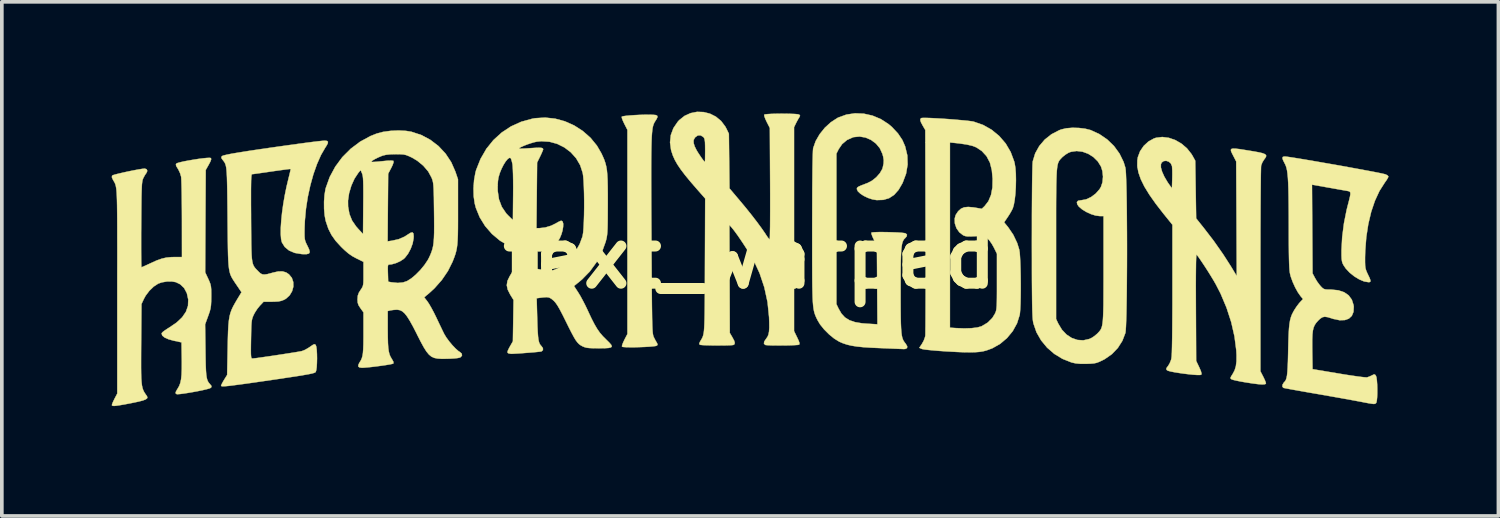
<source format=kicad_pcb>
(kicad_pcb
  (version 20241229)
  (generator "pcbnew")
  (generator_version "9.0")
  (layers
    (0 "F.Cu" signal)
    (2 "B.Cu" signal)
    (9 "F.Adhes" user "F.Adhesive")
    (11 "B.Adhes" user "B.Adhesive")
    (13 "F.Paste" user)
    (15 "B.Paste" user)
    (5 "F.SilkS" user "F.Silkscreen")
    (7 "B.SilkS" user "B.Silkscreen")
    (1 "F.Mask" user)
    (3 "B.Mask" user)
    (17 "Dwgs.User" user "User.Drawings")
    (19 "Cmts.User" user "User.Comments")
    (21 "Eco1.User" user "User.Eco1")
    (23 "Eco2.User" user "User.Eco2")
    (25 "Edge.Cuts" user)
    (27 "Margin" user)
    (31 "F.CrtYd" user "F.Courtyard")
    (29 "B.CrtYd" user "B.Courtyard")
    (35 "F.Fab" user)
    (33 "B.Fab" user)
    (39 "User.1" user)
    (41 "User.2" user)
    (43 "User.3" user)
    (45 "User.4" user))
  (footprint "text_warped"
    (layer "F.Cu")
    (at 17.43 3.996)
    (property "Reference" "text_warped" (at 0 0 0) (layer "F.SilkS") (effects (font (size 1.524 1.524) (thickness 0.3))))
    (attr through_hole)
    (fp_poly (pts (xy -2.652 -3.911) (xy -2.58 -3.905) (xy -2.557 -3.9) (xy -2.526 -3.88) (xy -2.522 -3.848) (xy -2.548 -3.793) (xy -2.58 -3.743) (xy -2.599 -3.713) (xy -2.615 -3.682) (xy -2.63 -3.647) (xy -2.643 -3.604) (xy -2.655 -3.552) (xy -2.664 -3.486) (xy -2.672 -3.405) (xy -2.679 -3.305) (xy -2.684 -3.184) (xy -2.688 -3.038) (xy -2.691 -2.864) (xy -2.693 -2.661) (xy -2.694 -2.424) (xy -2.694 -2.151) (xy -2.693 -1.839) (xy -2.692 -1.485) (xy -2.69 -1.086) (xy -2.687 -0.639) (xy -2.687 -0.604) (xy -2.685 -0.177) (xy -2.682 0.201) (xy -2.68 0.534) (xy -2.678 0.826) (xy -2.676 1.079) (xy -2.674 1.295) (xy -2.671 1.479) (xy -2.669 1.633) (xy -2.666 1.76) (xy -2.663 1.863) (xy -2.659 1.945) (xy -2.655 2.008) (xy -2.65 2.057) (xy -2.644 2.094) (xy -2.638 2.122) (xy -2.631 2.144) (xy -2.623 2.162) (xy -2.62 2.168) (xy -2.582 2.243) (xy -2.547 2.304) (xy -2.537 2.319) (xy -2.519 2.363) (xy -2.535 2.392) (xy -2.57 2.404) (xy -2.644 2.414) (xy -2.749 2.423) (xy -2.874 2.43) (xy -3.008 2.435) (xy -3.144 2.439) (xy -3.269 2.439) (xy -3.376 2.437) (xy -3.453 2.432) (xy -3.49 2.424) (xy -3.492 2.422) (xy -3.489 2.388) (xy -3.466 2.323) (xy -3.428 2.241) (xy -3.426 2.236) (xy -3.343 2.077) (xy -3.343 -3.499) (xy -3.43 -3.669) (xy -3.469 -3.753) (xy -3.494 -3.82) (xy -3.499 -3.856) (xy -3.498 -3.859) (xy -3.462 -3.871) (xy -3.386 -3.882) (xy -3.279 -3.892) (xy -3.152 -3.901) (xy -3.016 -3.908) (xy -2.88 -3.912) (xy -2.756 -3.913) (xy -2.652 -3.911)) (stroke (width 0.01) (type solid)) (fill yes) (layer "F.SilkS"))
    (fp_poly (pts (xy 4.812 -3.826) (xy 4.929 -3.822) (xy 5.071 -3.815) (xy 5.23 -3.806) (xy 5.399 -3.795) (xy 5.568 -3.782) (xy 5.728 -3.768) (xy 5.873 -3.755) (xy 5.993 -3.742) (xy 6.081 -3.73) (xy 6.115 -3.723) (xy 6.373 -3.633) (xy 6.607 -3.5) (xy 6.814 -3.329) (xy 6.989 -3.126) (xy 7.125 -2.894) (xy 7.22 -2.639) (xy 7.233 -2.589) (xy 7.254 -2.461) (xy 7.266 -2.302) (xy 7.269 -2.124) (xy 7.265 -1.937) (xy 7.254 -1.755) (xy 7.235 -1.588) (xy 7.21 -1.449) (xy 7.182 -1.355) (xy 7.147 -1.286) (xy 7.095 -1.196) (xy 7.045 -1.119) (xy 6.946 -0.973) (xy 7.057 -0.838) (xy 7.195 -0.635) (xy 7.303 -0.408) (xy 7.359 -0.227) (xy 7.371 -0.152) (xy 7.38 -0.034) (xy 7.388 0.118) (xy 7.394 0.295) (xy 7.398 0.487) (xy 7.4 0.688) (xy 7.4 0.888) (xy 7.398 1.078) (xy 7.394 1.249) (xy 7.387 1.395) (xy 7.378 1.504) (xy 7.371 1.556) (xy 7.298 1.786) (xy 7.181 1.998) (xy 7.026 2.186) (xy 6.839 2.344) (xy 6.625 2.466) (xy 6.465 2.525) (xy 6.378 2.548) (xy 6.281 2.564) (xy 6.169 2.573) (xy 6.036 2.577) (xy 5.873 2.576) (xy 5.674 2.568) (xy 5.433 2.555) (xy 5.377 2.552) (xy 5.201 2.54) (xy 5.039 2.527) (xy 4.899 2.514) (xy 4.79 2.502) (xy 4.719 2.49) (xy 4.698 2.484) (xy 4.629 2.454) (xy 4.703 2.344) (xy 4.751 2.256) (xy 4.785 2.162) (xy 4.793 2.127) (xy 4.795 2.088) (xy 4.796 2.001) (xy 4.797 1.904) (xy 5.466 1.904) (xy 5.625 1.915) (xy 5.855 1.924) (xy 6.052 1.918) (xy 6.211 1.899) (xy 6.327 1.867) (xy 6.332 1.864) (xy 6.495 1.767) (xy 6.624 1.638) (xy 6.69 1.532) (xy 6.707 1.496) (xy 6.721 1.461) (xy 6.731 1.421) (xy 6.738 1.369) (xy 6.744 1.299) (xy 6.747 1.205) (xy 6.749 1.081) (xy 6.75 0.92) (xy 6.75 0.716) (xy 6.75 0.648) (xy 6.75 -0.115) (xy 6.667 -0.284) (xy 6.612 -0.382) (xy 6.549 -0.472) (xy 6.495 -0.532) (xy 6.405 -0.61) (xy 6.157 -0.594) (xy 6.033 -0.588) (xy 5.946 -0.589) (xy 5.884 -0.598) (xy 5.835 -0.617) (xy 5.829 -0.619) (xy 5.724 -0.7) (xy 5.645 -0.812) (xy 5.602 -0.938) (xy 5.6 -0.952) (xy 5.596 -1.075) (xy 5.622 -1.172) (xy 5.682 -1.264) (xy 5.698 -1.283) (xy 5.77 -1.347) (xy 5.855 -1.383) (xy 5.964 -1.394) (xy 6.106 -1.382) (xy 6.149 -1.375) (xy 6.336 -1.343) (xy 6.412 -1.415) (xy 6.516 -1.549) (xy 6.588 -1.72) (xy 6.627 -1.926) (xy 6.632 -2.165) (xy 6.61 -2.4) (xy 6.558 -2.605) (xy 6.466 -2.78) (xy 6.336 -2.922) (xy 6.183 -3.023) (xy 6.075 -3.064) (xy 5.923 -3.099) (xy 5.724 -3.128) (xy 5.625 -3.139) (xy 5.466 -3.155) (xy 5.466 1.904) (xy 4.797 1.904) (xy 4.798 1.87) (xy 4.799 1.699) (xy 4.8 1.491) (xy 4.801 1.249) (xy 4.802 0.976) (xy 4.802 0.677) (xy 4.802 0.355) (xy 4.802 0.013) (xy 4.801 -0.346) (xy 4.8 -0.718) (xy 4.8 -0.737) (xy 4.793 -3.496) (xy 4.723 -3.615) (xy 4.673 -3.71) (xy 4.655 -3.773) (xy 4.669 -3.811) (xy 4.689 -3.822) (xy 4.73 -3.826) (xy 4.812 -3.826)) (stroke (width 0.01) (type solid)) (fill yes) (layer "F.SilkS"))
    (fp_poly (pts (xy 8.989 -3.551) (xy 9.162 -3.53) (xy 9.309 -3.493) (xy 9.546 -3.384) (xy 9.761 -3.237) (xy 9.947 -3.057) (xy 10.098 -2.85) (xy 10.209 -2.623) (xy 10.258 -2.464) (xy 10.266 -2.404) (xy 10.273 -2.299) (xy 10.279 -2.153) (xy 10.285 -1.971) (xy 10.29 -1.757) (xy 10.294 -1.516) (xy 10.297 -1.254) (xy 10.299 -0.975) (xy 10.301 -0.683) (xy 10.302 -0.384) (xy 10.302 -0.082) (xy 10.301 0.218) (xy 10.299 0.512) (xy 10.297 0.793) (xy 10.294 1.059) (xy 10.29 1.303) (xy 10.286 1.521) (xy 10.28 1.709) (xy 10.274 1.861) (xy 10.267 1.973) (xy 10.26 2.04) (xy 10.258 2.048) (xy 10.176 2.262) (xy 10.051 2.458) (xy 9.889 2.627) (xy 9.694 2.763) (xy 9.64 2.791) (xy 9.548 2.835) (xy 9.474 2.863) (xy 9.4 2.879) (xy 9.309 2.887) (xy 9.194 2.891) (xy 9.031 2.891) (xy 8.902 2.879) (xy 8.789 2.854) (xy 8.784 2.852) (xy 8.54 2.755) (xy 8.316 2.619) (xy 8.12 2.449) (xy 7.956 2.25) (xy 7.83 2.03) (xy 7.748 1.793) (xy 7.741 1.761) (xy 7.734 1.721) (xy 7.728 1.667) (xy 7.723 1.597) (xy 7.719 1.506) (xy 7.715 1.391) (xy 7.712 1.25) (xy 7.71 1.079) (xy 7.708 0.875) (xy 7.706 0.633) (xy 7.705 0.352) (xy 7.705 0.028) (xy 7.704 -0.344) (xy 7.704 -0.461) (xy 7.705 -0.829) (xy 7.705 -0.982) (xy 8.365 -0.982) (xy 8.365 -0.628) (xy 8.365 -0.385) (xy 8.365 1.665) (xy 8.425 1.794) (xy 8.525 1.96) (xy 8.65 2.092) (xy 8.793 2.186) (xy 8.948 2.239) (xy 9.108 2.25) (xy 9.268 2.214) (xy 9.331 2.186) (xy 9.407 2.137) (xy 9.485 2.072) (xy 9.502 2.055) (xy 9.534 2.021) (xy 9.562 1.988) (xy 9.586 1.953) (xy 9.605 1.911) (xy 9.621 1.858) (xy 9.633 1.79) (xy 9.643 1.704) (xy 9.65 1.594) (xy 9.655 1.457) (xy 9.659 1.289) (xy 9.66 1.086) (xy 9.661 0.843) (xy 9.662 0.556) (xy 9.662 0.302) (xy 9.662 -1.144) (xy 9.561 -1.144) (xy 9.445 -1.159) (xy 9.317 -1.199) (xy 9.189 -1.258) (xy 9.075 -1.328) (xy 8.987 -1.403) (xy 8.944 -1.465) (xy 8.933 -1.526) (xy 8.966 -1.563) (xy 9.044 -1.576) (xy 9.049 -1.576) (xy 9.183 -1.6) (xy 9.32 -1.663) (xy 9.447 -1.758) (xy 9.551 -1.875) (xy 9.591 -1.942) (xy 9.633 -2.069) (xy 9.647 -2.219) (xy 9.631 -2.372) (xy 9.593 -2.496) (xy 9.504 -2.639) (xy 9.384 -2.757) (xy 9.242 -2.846) (xy 9.086 -2.903) (xy 8.927 -2.922) (xy 8.774 -2.9) (xy 8.708 -2.876) (xy 8.624 -2.825) (xy 8.541 -2.759) (xy 8.525 -2.743) (xy 8.497 -2.713) (xy 8.472 -2.686) (xy 8.451 -2.658) (xy 8.433 -2.625) (xy 8.417 -2.583) (xy 8.404 -2.531) (xy 8.394 -2.463) (xy 8.385 -2.378) (xy 8.379 -2.27) (xy 8.374 -2.138) (xy 8.37 -1.977) (xy 8.368 -1.784) (xy 8.366 -1.556) (xy 8.365 -1.29) (xy 8.365 -0.982) (xy 7.705 -0.982) (xy 7.705 -1.173) (xy 7.707 -1.487) (xy 7.709 -1.771) (xy 7.711 -2.019) (xy 7.714 -2.231) (xy 7.718 -2.402) (xy 7.721 -2.531) (xy 7.726 -2.613) (xy 7.729 -2.641) (xy 7.795 -2.858) (xy 7.906 -3.057) (xy 8.055 -3.233) (xy 8.239 -3.379) (xy 8.451 -3.489) (xy 8.507 -3.51) (xy 8.644 -3.542) (xy 8.811 -3.556) (xy 8.989 -3.551)) (stroke (width 0.01) (type solid)) (fill yes) (layer "F.SilkS"))
    (fp_poly (pts (xy 11.446 -3.281) (xy 11.624 -3.219) (xy 11.792 -3.121) (xy 11.941 -2.993) (xy 12.064 -2.838) (xy 12.092 -2.791) (xy 12.166 -2.657) (xy 12.191 -1.081) (xy 12.399 -0.821) (xy 12.675 -0.462) (xy 12.93 -0.098) (xy 13.137 0.224) (xy 13.3 0.494) (xy 13.293 -1.071) (xy 13.285 -2.636) (xy 13.202 -2.797) (xy 13.167 -2.866) (xy 13.144 -2.918) (xy 13.139 -2.955) (xy 13.156 -2.978) (xy 13.199 -2.988) (xy 13.274 -2.985) (xy 13.385 -2.972) (xy 13.536 -2.948) (xy 13.733 -2.916) (xy 13.74 -2.915) (xy 13.895 -2.887) (xy 14.004 -2.862) (xy 14.071 -2.835) (xy 14.102 -2.805) (xy 14.1 -2.767) (xy 14.07 -2.718) (xy 14.053 -2.697) (xy 14.003 -2.619) (xy 13.968 -2.533) (xy 13.966 -2.523) (xy 13.963 -2.485) (xy 13.961 -2.4) (xy 13.958 -2.27) (xy 13.956 -2.101) (xy 13.954 -1.894) (xy 13.952 -1.653) (xy 13.95 -1.382) (xy 13.949 -1.084) (xy 13.947 -0.762) (xy 13.947 -0.42) (xy 13.946 -0.062) (xy 13.946 0.31) (xy 13.946 0.333) (xy 13.946 3.094) (xy 14.028 3.253) (xy 14.067 3.335) (xy 14.092 3.4) (xy 14.097 3.435) (xy 14.097 3.435) (xy 14.065 3.45) (xy 13.994 3.454) (xy 13.882 3.446) (xy 13.724 3.426) (xy 13.539 3.397) (xy 13.411 3.375) (xy 13.298 3.352) (xy 13.212 3.332) (xy 13.163 3.316) (xy 13.16 3.315) (xy 13.134 3.296) (xy 13.129 3.272) (xy 13.148 3.232) (xy 13.19 3.166) (xy 13.242 3.068) (xy 13.276 2.956) (xy 13.293 2.821) (xy 13.294 2.652) (xy 13.287 2.521) (xy 13.238 2.143) (xy 13.149 1.752) (xy 13.021 1.359) (xy 12.859 0.974) (xy 12.731 0.725) (xy 12.675 0.627) (xy 12.606 0.512) (xy 12.529 0.388) (xy 12.449 0.263) (xy 12.372 0.146) (xy 12.303 0.044) (xy 12.248 -0.035) (xy 12.21 -0.082) (xy 12.201 -0.091) (xy 12.195 -0.07) (xy 12.191 0.001) (xy 12.187 0.12) (xy 12.185 0.284) (xy 12.183 0.493) (xy 12.182 0.745) (xy 12.183 1.038) (xy 12.184 1.352) (xy 12.191 2.81) (xy 12.275 2.986) (xy 12.32 3.089) (xy 12.338 3.155) (xy 12.331 3.188) (xy 12.296 3.196) (xy 12.221 3.196) (xy 12.116 3.189) (xy 11.991 3.176) (xy 11.857 3.16) (xy 11.723 3.141) (xy 11.6 3.121) (xy 11.497 3.101) (xy 11.425 3.081) (xy 11.396 3.067) (xy 11.375 3.038) (xy 11.382 3.006) (xy 11.42 2.955) (xy 11.423 2.952) (xy 11.467 2.879) (xy 11.505 2.786) (xy 11.515 2.745) (xy 11.522 2.688) (xy 11.528 2.579) (xy 11.532 2.42) (xy 11.536 2.21) (xy 11.539 1.949) (xy 11.541 1.637) (xy 11.543 1.275) (xy 11.543 0.861) (xy 11.543 -0.907) (xy 11.298 -1.21) (xy 11.086 -1.483) (xy 10.913 -1.729) (xy 10.777 -1.951) (xy 10.678 -2.153) (xy 10.614 -2.337) (xy 10.59 -2.472) (xy 11.228 -2.472) (xy 11.261 -2.355) (xy 11.323 -2.218) (xy 11.412 -2.068) (xy 11.451 -2.012) (xy 11.53 -1.901) (xy 11.538 -2.165) (xy 11.54 -2.285) (xy 11.539 -2.395) (xy 11.534 -2.479) (xy 11.531 -2.511) (xy 11.498 -2.584) (xy 11.441 -2.632) (xy 11.371 -2.654) (xy 11.303 -2.646) (xy 11.25 -2.607) (xy 11.229 -2.561) (xy 11.228 -2.472) (xy 10.59 -2.472) (xy 10.583 -2.507) (xy 10.585 -2.667) (xy 10.599 -2.754) (xy 10.659 -2.914) (xy 10.758 -3.06) (xy 10.886 -3.179) (xy 11.034 -3.262) (xy 11.096 -3.283) (xy 11.267 -3.304) (xy 11.446 -3.281)) (stroke (width 0.01) (type solid)) (fill yes) (layer "F.SilkS"))
    (fp_poly (pts (xy 3.113 -3.941) (xy 3.351 -3.888) (xy 3.578 -3.793) (xy 3.789 -3.656) (xy 3.881 -3.578) (xy 4.046 -3.402) (xy 4.166 -3.223) (xy 4.242 -3.049) (xy 4.302 -2.801) (xy 4.31 -2.552) (xy 4.268 -2.303) (xy 4.175 -2.055) (xy 4.169 -2.042) (xy 4.062 -1.859) (xy 3.941 -1.723) (xy 3.803 -1.633) (xy 3.645 -1.587) (xy 3.465 -1.581) (xy 3.347 -1.601) (xy 3.227 -1.641) (xy 3.114 -1.695) (xy 3.019 -1.757) (xy 2.952 -1.82) (xy 2.924 -1.881) (xy 2.924 -1.887) (xy 2.928 -1.911) (xy 2.944 -1.931) (xy 2.98 -1.954) (xy 3.045 -1.982) (xy 3.146 -2.021) (xy 3.216 -2.047) (xy 3.338 -2.111) (xy 3.454 -2.204) (xy 3.551 -2.314) (xy 3.617 -2.427) (xy 3.631 -2.471) (xy 3.654 -2.581) (xy 3.658 -2.672) (xy 3.643 -2.767) (xy 3.621 -2.845) (xy 3.552 -2.996) (xy 3.446 -3.124) (xy 3.312 -3.224) (xy 3.159 -3.29) (xy 2.998 -3.317) (xy 2.836 -3.301) (xy 2.818 -3.296) (xy 2.655 -3.223) (xy 2.521 -3.11) (xy 2.427 -2.973) (xy 2.365 -2.849) (xy 2.365 -0.795) (xy 2.365 1.259) (xy 2.425 1.386) (xy 2.503 1.52) (xy 2.599 1.624) (xy 2.72 1.7) (xy 2.871 1.752) (xy 3.061 1.784) (xy 3.186 1.794) (xy 3.486 1.812) (xy 3.478 0.735) (xy 3.471 -0.343) (xy 3.387 -0.503) (xy 3.348 -0.586) (xy 3.324 -0.653) (xy 3.32 -0.69) (xy 3.321 -0.691) (xy 3.35 -0.699) (xy 3.421 -0.704) (xy 3.522 -0.707) (xy 3.644 -0.707) (xy 3.777 -0.705) (xy 3.911 -0.701) (xy 4.036 -0.696) (xy 4.142 -0.689) (xy 4.219 -0.68) (xy 4.253 -0.673) (xy 4.292 -0.64) (xy 4.285 -0.592) (xy 4.246 -0.546) (xy 4.217 -0.518) (xy 4.194 -0.484) (xy 4.174 -0.44) (xy 4.158 -0.382) (xy 4.146 -0.307) (xy 4.136 -0.208) (xy 4.129 -0.082) (xy 4.124 0.075) (xy 4.121 0.269) (xy 4.12 0.503) (xy 4.119 0.782) (xy 4.119 0.89) (xy 4.119 1.18) (xy 4.12 1.424) (xy 4.122 1.627) (xy 4.126 1.792) (xy 4.132 1.925) (xy 4.14 2.031) (xy 4.151 2.115) (xy 4.165 2.18) (xy 4.184 2.231) (xy 4.206 2.274) (xy 4.234 2.313) (xy 4.257 2.342) (xy 4.298 2.41) (xy 4.295 2.46) (xy 4.248 2.485) (xy 4.198 2.488) (xy 4.154 2.485) (xy 4.067 2.482) (xy 3.946 2.477) (xy 3.8 2.471) (xy 3.635 2.464) (xy 3.56 2.461) (xy 3.306 2.45) (xy 3.096 2.436) (xy 2.922 2.418) (xy 2.777 2.395) (xy 2.654 2.366) (xy 2.545 2.33) (xy 2.443 2.286) (xy 2.441 2.285) (xy 2.305 2.201) (xy 2.164 2.086) (xy 2.031 1.953) (xy 1.919 1.814) (xy 1.85 1.699) (xy 1.824 1.646) (xy 1.802 1.598) (xy 1.783 1.551) (xy 1.766 1.501) (xy 1.752 1.445) (xy 1.74 1.379) (xy 1.73 1.299) (xy 1.722 1.203) (xy 1.716 1.087) (xy 1.712 0.946) (xy 1.708 0.778) (xy 1.706 0.579) (xy 1.705 0.345) (xy 1.704 0.072) (xy 1.704 -0.242) (xy 1.704 -0.601) (xy 1.704 -0.813) (xy 1.705 -1.215) (xy 1.706 -1.581) (xy 1.707 -1.909) (xy 1.71 -2.198) (xy 1.712 -2.445) (xy 1.716 -2.65) (xy 1.72 -2.809) (xy 1.724 -2.922) (xy 1.729 -2.987) (xy 1.73 -2.997) (xy 1.798 -3.191) (xy 1.908 -3.381) (xy 2.05 -3.558) (xy 2.216 -3.709) (xy 2.397 -3.826) (xy 2.415 -3.835) (xy 2.639 -3.916) (xy 2.874 -3.951) (xy 3.113 -3.941)) (stroke (width 0.01) (type solid)) (fill yes) (layer "F.SilkS"))
    (fp_poly (pts (xy -1.262 -3.985) (xy -1.088 -3.941) (xy -0.926 -3.859) (xy -0.785 -3.742) (xy -0.67 -3.59) (xy -0.643 -3.54) (xy -0.572 -3.394) (xy -0.555 -1.9) (xy -0.273 -1.566) (xy -0.108 -1.368) (xy 0.05 -1.171) (xy 0.195 -0.983) (xy 0.32 -0.813) (xy 0.42 -0.669) (xy 0.445 -0.629) (xy 0.49 -0.563) (xy 0.527 -0.519) (xy 0.542 -0.509) (xy 0.546 -0.533) (xy 0.549 -0.604) (xy 0.551 -0.718) (xy 0.554 -0.868) (xy 0.555 -1.052) (xy 0.556 -1.265) (xy 0.556 -1.503) (xy 0.556 -1.76) (xy 0.555 -2.029) (xy 0.547 -3.55) (xy 0.461 -3.718) (xy 0.422 -3.803) (xy 0.397 -3.872) (xy 0.392 -3.911) (xy 0.393 -3.913) (xy 0.423 -3.923) (xy 0.494 -3.93) (xy 0.596 -3.936) (xy 0.719 -3.939) (xy 0.854 -3.941) (xy 0.989 -3.94) (xy 1.116 -3.937) (xy 1.225 -3.933) (xy 1.305 -3.926) (xy 1.346 -3.916) (xy 1.348 -3.916) (xy 1.372 -3.889) (xy 1.357 -3.852) (xy 1.353 -3.846) (xy 1.323 -3.797) (xy 1.283 -3.724) (xy 1.264 -3.687) (xy 1.208 -3.572) (xy 1.208 1.996) (xy 1.293 2.171) (xy 1.336 2.264) (xy 1.356 2.322) (xy 1.355 2.355) (xy 1.344 2.368) (xy 1.308 2.375) (xy 1.232 2.38) (xy 1.125 2.385) (xy 1 2.388) (xy 0.865 2.389) (xy 0.731 2.389) (xy 0.609 2.388) (xy 0.51 2.384) (xy 0.442 2.379) (xy 0.422 2.375) (xy 0.386 2.34) (xy 0.394 2.283) (xy 0.444 2.209) (xy 0.482 2.155) (xy 0.509 2.092) (xy 0.525 2.011) (xy 0.532 1.905) (xy 0.531 1.763) (xy 0.526 1.617) (xy 0.484 1.205) (xy 0.396 0.801) (xy 0.267 0.416) (xy 0.122 0.102) (xy 0.053 -0.02) (xy -0.033 -0.164) (xy -0.131 -0.318) (xy -0.232 -0.471) (xy -0.329 -0.613) (xy -0.416 -0.732) (xy -0.481 -0.814) (xy -0.558 -0.903) (xy -0.552 0.572) (xy -0.547 2.047) (xy -0.477 2.166) (xy -0.427 2.26) (xy -0.41 2.322) (xy -0.423 2.36) (xy -0.447 2.375) (xy -0.488 2.381) (xy -0.568 2.385) (xy -0.677 2.388) (xy -0.804 2.389) (xy -0.939 2.389) (xy -1.071 2.387) (xy -1.19 2.384) (xy -1.286 2.38) (xy -1.348 2.374) (xy -1.365 2.37) (xy -1.382 2.344) (xy -1.365 2.297) (xy -1.36 2.288) (xy -1.336 2.247) (xy -1.315 2.212) (xy -1.297 2.178) (xy -1.282 2.142) (xy -1.27 2.099) (xy -1.259 2.047) (xy -1.251 1.981) (xy -1.245 1.898) (xy -1.24 1.793) (xy -1.236 1.664) (xy -1.233 1.505) (xy -1.231 1.314) (xy -1.229 1.087) (xy -1.228 0.819) (xy -1.227 0.508) (xy -1.226 0.211) (xy -1.219 -1.624) (xy -1.439 -1.874) (xy -1.618 -2.081) (xy -1.765 -2.259) (xy -1.883 -2.414) (xy -1.976 -2.551) (xy -2.047 -2.676) (xy -2.101 -2.796) (xy -2.141 -2.915) (xy -2.152 -2.956) (xy -2.177 -3.144) (xy -1.537 -3.144) (xy -1.506 -3.047) (xy -1.458 -2.95) (xy -1.42 -2.886) (xy -1.37 -2.81) (xy -1.318 -2.733) (xy -1.271 -2.669) (xy -1.237 -2.628) (xy -1.227 -2.62) (xy -1.224 -2.643) (xy -1.222 -2.708) (xy -1.221 -2.804) (xy -1.22 -2.923) (xy -1.22 -2.937) (xy -1.221 -3.071) (xy -1.224 -3.165) (xy -1.232 -3.227) (xy -1.244 -3.267) (xy -1.262 -3.296) (xy -1.271 -3.305) (xy -1.345 -3.35) (xy -1.423 -3.346) (xy -1.493 -3.295) (xy -1.499 -3.288) (xy -1.534 -3.222) (xy -1.537 -3.144) (xy -2.177 -3.144) (xy -2.179 -3.159) (xy -2.157 -3.358) (xy -2.087 -3.546) (xy -1.97 -3.718) (xy -1.93 -3.763) (xy -1.782 -3.881) (xy -1.617 -3.956) (xy -1.441 -3.991) (xy -1.262 -3.985)) (stroke (width 0.01) (type solid)) (fill yes) (layer "F.SilkS"))
    (fp_poly (pts (xy 14.661 -2.767) (xy 14.752 -2.754) (xy 14.882 -2.734) (xy 15.043 -2.708) (xy 15.231 -2.676) (xy 15.439 -2.641) (xy 15.662 -2.602) (xy 15.893 -2.562) (xy 16.126 -2.521) (xy 16.356 -2.479) (xy 16.576 -2.439) (xy 16.781 -2.401) (xy 16.964 -2.367) (xy 17.12 -2.337) (xy 17.243 -2.312) (xy 17.327 -2.293) (xy 17.359 -2.285) (xy 17.415 -2.258) (xy 17.441 -2.227) (xy 17.442 -2.223) (xy 17.427 -2.186) (xy 17.389 -2.123) (xy 17.34 -2.054) (xy 17.197 -1.829) (xy 17.074 -1.563) (xy 16.972 -1.261) (xy 16.893 -0.928) (xy 16.838 -0.57) (xy 16.809 -0.192) (xy 16.804 -0.014) (xy 16.804 0.116) (xy 16.807 0.209) (xy 16.816 0.279) (xy 16.833 0.338) (xy 16.859 0.401) (xy 16.88 0.445) (xy 16.928 0.545) (xy 16.951 0.609) (xy 16.951 0.644) (xy 16.928 0.659) (xy 16.896 0.661) (xy 16.779 0.641) (xy 16.646 0.585) (xy 16.511 0.503) (xy 16.384 0.401) (xy 16.278 0.288) (xy 16.214 0.193) (xy 16.189 0.142) (xy 16.174 0.089) (xy 16.165 0.023) (xy 16.161 -0.069) (xy 16.161 -0.199) (xy 16.161 -0.216) (xy 16.18 -0.572) (xy 16.228 -0.946) (xy 16.302 -1.317) (xy 16.329 -1.424) (xy 16.367 -1.57) (xy 16.392 -1.674) (xy 16.404 -1.744) (xy 16.401 -1.788) (xy 16.384 -1.813) (xy 16.351 -1.826) (xy 16.302 -1.835) (xy 16.298 -1.836) (xy 16.233 -1.847) (xy 16.13 -1.865) (xy 16.001 -1.888) (xy 15.856 -1.914) (xy 15.769 -1.929) (xy 15.355 -2.002) (xy 15.37 0.42) (xy 15.439 0.55) (xy 15.495 0.644) (xy 15.562 0.735) (xy 15.594 0.773) (xy 15.639 0.818) (xy 15.679 0.846) (xy 15.727 0.859) (xy 15.799 0.864) (xy 15.883 0.864) (xy 16.074 0.883) (xy 16.233 0.936) (xy 16.357 1.022) (xy 16.443 1.14) (xy 16.49 1.287) (xy 16.496 1.332) (xy 16.488 1.472) (xy 16.443 1.581) (xy 16.363 1.656) (xy 16.251 1.696) (xy 16.11 1.7) (xy 15.944 1.666) (xy 15.904 1.653) (xy 15.788 1.617) (xy 15.703 1.605) (xy 15.637 1.619) (xy 15.575 1.661) (xy 15.522 1.712) (xy 15.469 1.772) (xy 15.429 1.832) (xy 15.399 1.9) (xy 15.379 1.984) (xy 15.367 2.09) (xy 15.361 2.228) (xy 15.361 2.403) (xy 15.362 2.542) (xy 15.37 3.037) (xy 16.082 3.156) (xy 16.269 3.187) (xy 16.442 3.213) (xy 16.594 3.235) (xy 16.718 3.251) (xy 16.807 3.26) (xy 16.854 3.262) (xy 16.857 3.262) (xy 16.926 3.238) (xy 16.992 3.207) (xy 17.044 3.181) (xy 17.074 3.184) (xy 17.1 3.215) (xy 17.116 3.261) (xy 17.127 3.344) (xy 17.135 3.452) (xy 17.138 3.573) (xy 17.138 3.696) (xy 17.134 3.808) (xy 17.125 3.897) (xy 17.112 3.952) (xy 17.106 3.961) (xy 17.09 3.976) (xy 17.069 3.985) (xy 17.036 3.987) (xy 16.984 3.981) (xy 16.903 3.968) (xy 16.786 3.946) (xy 16.679 3.925) (xy 16.576 3.906) (xy 16.431 3.879) (xy 16.254 3.847) (xy 16.053 3.811) (xy 15.837 3.773) (xy 15.615 3.734) (xy 15.484 3.711) (xy 15.278 3.676) (xy 15.088 3.642) (xy 14.919 3.612) (xy 14.777 3.587) (xy 14.668 3.566) (xy 14.599 3.553) (xy 14.575 3.548) (xy 14.547 3.515) (xy 14.55 3.462) (xy 14.583 3.406) (xy 14.593 3.395) (xy 14.62 3.366) (xy 14.642 3.329) (xy 14.659 3.277) (xy 14.673 3.207) (xy 14.683 3.111) (xy 14.691 2.983) (xy 14.698 2.82) (xy 14.703 2.613) (xy 14.705 2.504) (xy 14.711 2.27) (xy 14.718 2.079) (xy 14.727 1.926) (xy 14.74 1.802) (xy 14.757 1.701) (xy 14.78 1.616) (xy 14.809 1.54) (xy 14.847 1.466) (xy 14.879 1.411) (xy 14.937 1.323) (xy 15.001 1.239) (xy 15.033 1.203) (xy 15.11 1.122) (xy 15.041 1.04) (xy 14.969 0.937) (xy 14.895 0.803) (xy 14.828 0.655) (xy 14.776 0.512) (xy 14.76 0.451) (xy 14.75 0.402) (xy 14.742 0.337) (xy 14.736 0.253) (xy 14.731 0.144) (xy 14.727 0.007) (xy 14.724 -0.164) (xy 14.722 -0.373) (xy 14.721 -0.625) (xy 14.721 -0.839) (xy 14.72 -1.167) (xy 14.718 -1.448) (xy 14.715 -1.687) (xy 14.711 -1.888) (xy 14.705 -2.054) (xy 14.697 -2.191) (xy 14.686 -2.301) (xy 14.674 -2.39) (xy 14.658 -2.462) (xy 14.639 -2.52) (xy 14.617 -2.569) (xy 14.609 -2.583) (xy 14.563 -2.675) (xy 14.547 -2.732) (xy 14.561 -2.762) (xy 14.606 -2.771) (xy 14.613 -2.771) (xy 14.661 -2.767)) (stroke (width 0.01) (type solid)) (fill yes) (layer "F.SilkS"))
    (fp_poly (pts (xy -14.72 -2.729) (xy -14.719 -2.729) (xy -14.712 -2.697) (xy -14.732 -2.637) (xy -14.777 -2.552) (xy -14.861 -2.403) (xy -14.869 -1.005) (xy -14.876 0.392) (xy -14.792 0.571) (xy -14.757 0.65) (xy -14.733 0.714) (xy -14.719 0.778) (xy -14.712 0.855) (xy -14.71 0.959) (xy -14.71 1.055) (xy -14.712 1.192) (xy -14.718 1.294) (xy -14.73 1.378) (xy -14.751 1.46) (xy -14.784 1.556) (xy -14.795 1.586) (xy -14.878 1.813) (xy -14.868 2.527) (xy -14.865 2.752) (xy -14.861 2.932) (xy -14.855 3.073) (xy -14.847 3.182) (xy -14.835 3.264) (xy -14.82 3.326) (xy -14.799 3.375) (xy -14.773 3.415) (xy -14.74 3.452) (xy -14.705 3.495) (xy -14.705 3.525) (xy -14.725 3.548) (xy -14.761 3.564) (xy -14.837 3.585) (xy -14.943 3.61) (xy -15.069 3.636) (xy -15.203 3.661) (xy -15.337 3.684) (xy -15.46 3.703) (xy -15.561 3.716) (xy -15.631 3.721) (xy -15.655 3.719) (xy -15.682 3.699) (xy -15.681 3.665) (xy -15.65 3.605) (xy -15.625 3.565) (xy -15.585 3.494) (xy -15.555 3.413) (xy -15.534 3.315) (xy -15.521 3.191) (xy -15.515 3.034) (xy -15.514 2.837) (xy -15.515 2.761) (xy -15.522 2.305) (xy -15.738 2.259) (xy -15.878 2.22) (xy -15.983 2.173) (xy -16.047 2.121) (xy -16.065 2.068) (xy -16.061 2.051) (xy -16.034 2.021) (xy -15.973 1.975) (xy -15.891 1.921) (xy -15.861 1.903) (xy -15.658 1.765) (xy -15.505 1.621) (xy -15.401 1.469) (xy -15.345 1.308) (xy -15.338 1.137) (xy -15.339 1.131) (xy -15.377 0.96) (xy -15.451 0.821) (xy -15.559 0.718) (xy -15.679 0.66) (xy -15.79 0.641) (xy -15.924 0.643) (xy -16.058 0.666) (xy -16.158 0.7) (xy -16.282 0.781) (xy -16.402 0.897) (xy -16.504 1.033) (xy -16.548 1.114) (xy -16.616 1.259) (xy -16.624 2.263) (xy -16.626 2.551) (xy -16.627 2.792) (xy -16.627 2.993) (xy -16.625 3.157) (xy -16.621 3.291) (xy -16.613 3.397) (xy -16.603 3.482) (xy -16.588 3.551) (xy -16.569 3.607) (xy -16.545 3.657) (xy -16.515 3.705) (xy -16.48 3.755) (xy -16.47 3.769) (xy -16.454 3.805) (xy -16.464 3.836) (xy -16.506 3.865) (xy -16.583 3.894) (xy -16.701 3.924) (xy -16.863 3.958) (xy -16.907 3.967) (xy -17.08 4) (xy -17.209 4.022) (xy -17.301 4.036) (xy -17.363 4.041) (xy -17.401 4.038) (xy -17.422 4.028) (xy -17.423 4.027) (xy -17.42 3.999) (xy -17.397 3.939) (xy -17.359 3.86) (xy -17.358 3.857) (xy -17.277 3.703) (xy -17.277 0.892) (xy -17.277 0.453) (xy -17.276 0.063) (xy -17.276 -0.282) (xy -17.277 -0.586) (xy -17.277 -0.85) (xy -17.278 -1.079) (xy -17.28 -1.274) (xy -17.282 -1.44) (xy -17.285 -1.578) (xy -17.289 -1.692) (xy -17.294 -1.785) (xy -17.3 -1.86) (xy -17.308 -1.92) (xy -17.317 -1.967) (xy -17.327 -2.005) (xy -17.339 -2.037) (xy -17.353 -2.065) (xy -17.369 -2.094) (xy -17.387 -2.124) (xy -17.4 -2.148) (xy -17.425 -2.207) (xy -17.419 -2.243) (xy -17.41 -2.254) (xy -17.376 -2.268) (xy -17.304 -2.288) (xy -17.201 -2.313) (xy -17.079 -2.341) (xy -16.948 -2.369) (xy -16.818 -2.395) (xy -16.7 -2.417) (xy -16.602 -2.433) (xy -16.537 -2.44) (xy -16.526 -2.441) (xy -16.475 -2.423) (xy -16.457 -2.378) (xy -16.48 -2.324) (xy -16.484 -2.318) (xy -16.52 -2.267) (xy -16.56 -2.194) (xy -16.57 -2.173) (xy -16.581 -2.145) (xy -16.59 -2.111) (xy -16.597 -2.066) (xy -16.604 -2.006) (xy -16.608 -1.925) (xy -16.612 -1.818) (xy -16.616 -1.682) (xy -16.618 -1.512) (xy -16.62 -1.302) (xy -16.622 -1.049) (xy -16.623 -0.909) (xy -16.625 -0.671) (xy -16.625 -0.45) (xy -16.625 -0.25) (xy -16.624 -0.076) (xy -16.623 0.066) (xy -16.621 0.172) (xy -16.619 0.236) (xy -16.616 0.254) (xy -16.588 0.244) (xy -16.524 0.216) (xy -16.436 0.176) (xy -16.366 0.143) (xy -16.203 0.069) (xy -16.065 0.02) (xy -15.937 -0.01) (xy -15.802 -0.023) (xy -15.702 -0.025) (xy -15.51 -0.025) (xy -15.511 -1.062) (xy -15.512 -1.291) (xy -15.514 -1.509) (xy -15.516 -1.709) (xy -15.519 -1.885) (xy -15.523 -2.031) (xy -15.527 -2.14) (xy -15.531 -2.206) (xy -15.532 -2.217) (xy -15.561 -2.315) (xy -15.607 -2.414) (xy -15.623 -2.44) (xy -15.665 -2.508) (xy -15.676 -2.552) (xy -15.665 -2.577) (xy -15.63 -2.594) (xy -15.555 -2.615) (xy -15.45 -2.639) (xy -15.326 -2.662) (xy -15.191 -2.685) (xy -15.057 -2.706) (xy -14.933 -2.722) (xy -14.829 -2.732) (xy -14.754 -2.735) (xy -14.72 -2.729)) (stroke (width 0.01) (type solid)) (fill yes) (layer "F.SilkS"))
    (fp_poly (pts (xy -11.549 -3.197) (xy -11.522 -3.174) (xy -11.529 -3.127) (xy -11.572 -3.05) (xy -11.595 -3.016) (xy -11.713 -2.812) (xy -11.822 -2.566) (xy -11.92 -2.288) (xy -12.004 -1.985) (xy -12.073 -1.668) (xy -12.123 -1.344) (xy -12.153 -1.022) (xy -12.161 -0.824) (xy -12.163 -0.688) (xy -12.162 -0.591) (xy -12.156 -0.52) (xy -12.143 -0.464) (xy -12.122 -0.41) (xy -12.091 -0.346) (xy -12.083 -0.331) (xy -12.036 -0.229) (xy -12.02 -0.161) (xy -12.041 -0.122) (xy -12.103 -0.105) (xy -12.209 -0.105) (xy -12.242 -0.107) (xy -12.43 -0.138) (xy -12.584 -0.203) (xy -12.702 -0.301) (xy -12.78 -0.425) (xy -12.802 -0.517) (xy -12.812 -0.65) (xy -12.811 -0.819) (xy -12.798 -1.016) (xy -12.776 -1.235) (xy -12.744 -1.467) (xy -12.703 -1.706) (xy -12.654 -1.946) (xy -12.598 -2.178) (xy -12.597 -2.184) (xy -12.571 -2.287) (xy -12.552 -2.369) (xy -12.542 -2.42) (xy -12.542 -2.431) (xy -12.568 -2.43) (xy -12.637 -2.422) (xy -12.741 -2.408) (xy -12.872 -2.39) (xy -13.023 -2.369) (xy -13.057 -2.364) (xy -13.213 -2.341) (xy -13.353 -2.321) (xy -13.469 -2.305) (xy -13.552 -2.293) (xy -13.595 -2.289) (xy -13.597 -2.288) (xy -13.605 -2.28) (xy -13.612 -2.252) (xy -13.617 -2.2) (xy -13.621 -2.121) (xy -13.623 -2.012) (xy -13.625 -1.867) (xy -13.625 -1.685) (xy -13.625 -1.46) (xy -13.623 -1.189) (xy -13.623 -1.1) (xy -13.621 -0.814) (xy -13.619 -0.574) (xy -13.617 -0.376) (xy -13.613 -0.215) (xy -13.608 -0.085) (xy -13.6 0.018) (xy -13.589 0.097) (xy -13.574 0.16) (xy -13.555 0.209) (xy -13.53 0.25) (xy -13.5 0.288) (xy -13.464 0.326) (xy -13.429 0.362) (xy -13.374 0.415) (xy -13.322 0.445) (xy -13.261 0.453) (xy -13.18 0.442) (xy -13.065 0.412) (xy -13.035 0.403) (xy -12.884 0.369) (xy -12.764 0.366) (xy -12.664 0.396) (xy -12.588 0.447) (xy -12.509 0.543) (xy -12.47 0.659) (xy -12.468 0.784) (xy -12.502 0.908) (xy -12.569 1.02) (xy -12.669 1.112) (xy -12.724 1.143) (xy -12.797 1.171) (xy -12.881 1.188) (xy -12.994 1.194) (xy -13.055 1.195) (xy -13.28 1.195) (xy -13.381 1.302) (xy -13.452 1.389) (xy -13.519 1.493) (xy -13.549 1.55) (xy -13.571 1.599) (xy -13.588 1.646) (xy -13.6 1.697) (xy -13.609 1.762) (xy -13.615 1.849) (xy -13.619 1.965) (xy -13.622 2.12) (xy -13.624 2.218) (xy -13.627 2.395) (xy -13.628 2.527) (xy -13.627 2.621) (xy -13.623 2.683) (xy -13.617 2.721) (xy -13.607 2.739) (xy -13.593 2.745) (xy -13.584 2.746) (xy -13.54 2.742) (xy -13.455 2.732) (xy -13.336 2.715) (xy -13.194 2.695) (xy -13.036 2.672) (xy -12.871 2.647) (xy -12.708 2.622) (xy -12.555 2.598) (xy -12.422 2.577) (xy -12.316 2.559) (xy -12.247 2.546) (xy -12.23 2.542) (xy -12.159 2.514) (xy -12.072 2.466) (xy -12.014 2.428) (xy -11.943 2.379) (xy -11.901 2.357) (xy -11.875 2.36) (xy -11.855 2.381) (xy -11.84 2.428) (xy -11.829 2.513) (xy -11.823 2.623) (xy -11.821 2.746) (xy -11.824 2.87) (xy -11.83 2.98) (xy -11.842 3.066) (xy -11.857 3.113) (xy -11.857 3.114) (xy -11.872 3.126) (xy -11.902 3.139) (xy -11.951 3.153) (xy -12.022 3.169) (xy -12.122 3.187) (xy -12.252 3.21) (xy -12.419 3.236) (xy -12.626 3.267) (xy -12.877 3.305) (xy -12.995 3.322) (xy -13.304 3.367) (xy -13.566 3.405) (xy -13.786 3.436) (xy -13.966 3.46) (xy -14.111 3.479) (xy -14.224 3.493) (xy -14.309 3.501) (xy -14.369 3.505) (xy -14.409 3.504) (xy -14.432 3.5) (xy -14.441 3.493) (xy -14.442 3.489) (xy -14.429 3.454) (xy -14.396 3.391) (xy -14.359 3.328) (xy -14.276 3.195) (xy -14.261 2.443) (xy -14.256 2.201) (xy -14.25 2.002) (xy -14.241 1.839) (xy -14.228 1.706) (xy -14.21 1.594) (xy -14.185 1.498) (xy -14.152 1.409) (xy -14.11 1.32) (xy -14.057 1.225) (xy -14.011 1.146) (xy -13.884 0.936) (xy -14.015 0.742) (xy -14.064 0.67) (xy -14.105 0.608) (xy -14.14 0.551) (xy -14.169 0.495) (xy -14.193 0.435) (xy -14.211 0.366) (xy -14.226 0.283) (xy -14.237 0.183) (xy -14.245 0.06) (xy -14.251 -0.091) (xy -14.255 -0.273) (xy -14.258 -0.491) (xy -14.261 -0.751) (xy -14.264 -1.056) (xy -14.264 -1.093) (xy -14.267 -1.399) (xy -14.27 -1.659) (xy -14.273 -1.876) (xy -14.277 -2.056) (xy -14.281 -2.201) (xy -14.287 -2.318) (xy -14.294 -2.409) (xy -14.303 -2.48) (xy -14.315 -2.534) (xy -14.329 -2.575) (xy -14.346 -2.609) (xy -14.367 -2.64) (xy -14.391 -2.671) (xy -14.396 -2.676) (xy -14.431 -2.727) (xy -14.434 -2.758) (xy -14.415 -2.783) (xy -14.377 -2.799) (xy -14.29 -2.82) (xy -14.157 -2.847) (xy -13.979 -2.877) (xy -13.76 -2.912) (xy -13.692 -2.923) (xy -13.404 -2.966) (xy -13.121 -3.007) (xy -12.847 -3.046) (xy -12.589 -3.082) (xy -12.35 -3.115) (xy -12.135 -3.144) (xy -11.95 -3.168) (xy -11.799 -3.186) (xy -11.688 -3.198) (xy -11.621 -3.203) (xy -11.613 -3.204) (xy -11.549 -3.197)) (stroke (width 0.01) (type solid)) (fill yes) (layer "F.SilkS"))
    (fp_poly (pts (xy -5.317 -3.805) (xy -5.05 -3.732) (xy -4.795 -3.618) (xy -4.561 -3.467) (xy -4.352 -3.283) (xy -4.176 -3.068) (xy -4.055 -2.86) (xy -4.01 -2.763) (xy -3.973 -2.676) (xy -3.944 -2.589) (xy -3.921 -2.498) (xy -3.904 -2.396) (xy -3.893 -2.275) (xy -3.885 -2.13) (xy -3.881 -1.954) (xy -3.879 -1.739) (xy -3.879 -1.487) (xy -3.88 -1.255) (xy -3.881 -1.068) (xy -3.883 -0.918) (xy -3.886 -0.8) (xy -3.891 -0.707) (xy -3.898 -0.633) (xy -3.907 -0.571) (xy -3.919 -0.514) (xy -3.934 -0.457) (xy -3.935 -0.45) (xy -4.04 -0.159) (xy -4.187 0.117) (xy -4.37 0.368) (xy -4.582 0.585) (xy -4.625 0.621) (xy -4.802 0.766) (xy -4.683 0.949) (xy -4.626 1.043) (xy -4.558 1.169) (xy -4.486 1.309) (xy -4.419 1.45) (xy -4.414 1.462) (xy -4.323 1.656) (xy -4.243 1.811) (xy -4.169 1.937) (xy -4.095 2.043) (xy -4.013 2.138) (xy -3.922 2.229) (xy -3.837 2.313) (xy -3.785 2.374) (xy -3.769 2.416) (xy -3.793 2.443) (xy -3.86 2.458) (xy -3.971 2.465) (xy -4.123 2.466) (xy -4.267 2.465) (xy -4.372 2.461) (xy -4.449 2.453) (xy -4.508 2.438) (xy -4.56 2.417) (xy -4.567 2.414) (xy -4.618 2.386) (xy -4.665 2.352) (xy -4.709 2.306) (xy -4.756 2.243) (xy -4.808 2.156) (xy -4.871 2.039) (xy -4.948 1.887) (xy -5.026 1.729) (xy -5.113 1.554) (xy -5.183 1.42) (xy -5.241 1.318) (xy -5.29 1.244) (xy -5.335 1.189) (xy -5.361 1.163) (xy -5.426 1.11) (xy -5.484 1.08) (xy -5.552 1.07) (xy -5.646 1.077) (xy -5.704 1.084) (xy -5.822 1.1) (xy -5.807 1.65) (xy -5.801 1.857) (xy -5.793 2.019) (xy -5.784 2.144) (xy -5.772 2.237) (xy -5.756 2.305) (xy -5.735 2.353) (xy -5.709 2.389) (xy -5.694 2.404) (xy -5.652 2.462) (xy -5.65 2.515) (xy -5.687 2.55) (xy -5.702 2.555) (xy -5.745 2.56) (xy -5.828 2.569) (xy -5.938 2.579) (xy -6.064 2.589) (xy -6.195 2.599) (xy -6.319 2.608) (xy -6.424 2.614) (xy -6.5 2.618) (xy -6.522 2.618) (xy -6.582 2.608) (xy -6.606 2.597) (xy -6.62 2.575) (xy -6.611 2.535) (xy -6.578 2.465) (xy -6.556 2.425) (xy -6.471 2.276) (xy -6.462 1.711) (xy -6.453 1.147) (xy -6.545 0.999) (xy -6.613 0.864) (xy -6.638 0.745) (xy -6.62 0.627) (xy -6.559 0.5) (xy -6.548 0.482) (xy -6.511 0.422) (xy -6.486 0.373) (xy -6.47 0.322) (xy -6.462 0.257) (xy -6.459 0.166) (xy -6.459 0.037) (xy -6.458 -0.27) (xy -6.579 -0.328) (xy -6.825 -0.474) (xy -7.043 -0.657) (xy -7.229 -0.871) (xy -7.377 -1.11) (xy -7.482 -1.367) (xy -7.514 -1.489) (xy -7.542 -1.684) (xy -7.547 -1.904) (xy -7.542 -1.976) (xy -6.887 -1.976) (xy -6.886 -1.853) (xy -6.886 -1.833) (xy -6.852 -1.602) (xy -6.775 -1.397) (xy -6.654 -1.218) (xy -6.593 -1.154) (xy -6.471 -1.035) (xy -6.464 -1.73) (xy -6.463 -1.932) (xy -6.464 -2.12) (xy -6.467 -2.286) (xy -6.472 -2.422) (xy -6.478 -2.521) (xy -6.483 -2.565) (xy -6.502 -2.647) (xy -6.522 -2.709) (xy -6.534 -2.73) (xy -6.569 -2.735) (xy -6.616 -2.7) (xy -6.671 -2.633) (xy -6.728 -2.542) (xy -6.782 -2.435) (xy -6.829 -2.32) (xy -6.863 -2.206) (xy -6.867 -2.188) (xy -6.88 -2.096) (xy -6.887 -1.976) (xy -7.542 -1.976) (xy -7.531 -2.127) (xy -7.494 -2.333) (xy -7.475 -2.403) (xy -7.355 -2.705) (xy -7.197 -2.978) (xy -7.189 -2.989) (xy -6.302 -2.989) (xy -6.274 -2.986) (xy -6.206 -2.987) (xy -6.108 -2.992) (xy -6.001 -2.999) (xy -5.857 -3.008) (xy -5.756 -3.011) (xy -5.692 -3.007) (xy -5.657 -2.995) (xy -5.645 -2.975) (xy -5.644 -2.969) (xy -5.655 -2.935) (xy -5.683 -2.869) (xy -5.722 -2.785) (xy -5.727 -2.775) (xy -5.81 -2.607) (xy -5.819 -1.71) (xy -5.828 -0.814) (xy -5.75 -0.814) (xy -5.59 -0.832) (xy -5.427 -0.881) (xy -5.303 -0.942) (xy -5.23 -0.984) (xy -5.171 -1.011) (xy -5.148 -1.017) (xy -5.113 -0.995) (xy -5.097 -0.937) (xy -5.099 -0.853) (xy -5.115 -0.753) (xy -5.146 -0.646) (xy -5.189 -0.543) (xy -5.239 -0.46) (xy -5.355 -0.333) (xy -5.49 -0.24) (xy -5.634 -0.188) (xy -5.725 -0.178) (xy -5.797 -0.178) (xy -5.797 0.3) (xy -5.676 0.325) (xy -5.545 0.347) (xy -5.442 0.349) (xy -5.35 0.328) (xy -5.249 0.284) (xy -5.234 0.276) (xy -5.063 0.16) (xy -4.903 0.005) (xy -4.762 -0.178) (xy -4.649 -0.376) (xy -4.573 -0.579) (xy -4.565 -0.613) (xy -4.551 -0.699) (xy -4.541 -0.828) (xy -4.533 -0.988) (xy -4.527 -1.172) (xy -4.524 -1.369) (xy -4.524 -1.572) (xy -4.527 -1.77) (xy -4.533 -1.953) (xy -4.541 -2.115) (xy -4.552 -2.243) (xy -4.564 -2.323) (xy -4.633 -2.534) (xy -4.744 -2.724) (xy -4.89 -2.887) (xy -5.064 -3.019) (xy -5.261 -3.117) (xy -5.473 -3.175) (xy -5.695 -3.189) (xy -5.818 -3.177) (xy -5.895 -3.16) (xy -5.988 -3.132) (xy -6.085 -3.099) (xy -6.176 -3.063) (xy -6.249 -3.03) (xy -6.295 -3.003) (xy -6.302 -2.989) (xy -7.189 -2.989) (xy -7.003 -3.22) (xy -6.777 -3.426) (xy -6.522 -3.594) (xy -6.242 -3.721) (xy -5.939 -3.804) (xy -5.867 -3.817) (xy -5.591 -3.834) (xy -5.317 -3.805)) (stroke (width 0.01) (type solid)) (fill yes) (layer "F.SilkS"))
    (fp_poly (pts (xy -9.39 -3.471) (xy -9.242 -3.447) (xy -8.973 -3.358) (xy -8.725 -3.226) (xy -8.503 -3.056) (xy -8.311 -2.851) (xy -8.156 -2.617) (xy -8.042 -2.358) (xy -8.042 -2.357) (xy -7.971 -2.148) (xy -7.971 -1.259) (xy -7.971 -1.006) (xy -7.972 -0.797) (xy -7.975 -0.626) (xy -7.981 -0.487) (xy -7.989 -0.372) (xy -8.002 -0.274) (xy -8.019 -0.189) (xy -8.041 -0.108) (xy -8.07 -0.025) (xy -8.105 0.066) (xy -8.121 0.106) (xy -8.247 0.358) (xy -8.414 0.603) (xy -8.613 0.828) (xy -8.75 0.954) (xy -8.894 1.074) (xy -8.803 1.192) (xy -8.758 1.26) (xy -8.699 1.362) (xy -8.634 1.483) (xy -8.57 1.612) (xy -8.563 1.627) (xy -8.501 1.758) (xy -8.44 1.885) (xy -8.387 1.996) (xy -8.348 2.075) (xy -8.345 2.081) (xy -8.289 2.173) (xy -8.212 2.278) (xy -8.125 2.382) (xy -8.036 2.475) (xy -7.959 2.543) (xy -7.923 2.566) (xy -7.869 2.613) (xy -7.861 2.665) (xy -7.898 2.709) (xy -7.925 2.722) (xy -7.977 2.733) (xy -8.067 2.743) (xy -8.181 2.75) (xy -8.287 2.753) (xy -8.42 2.754) (xy -8.529 2.747) (xy -8.619 2.729) (xy -8.696 2.694) (xy -8.765 2.637) (xy -8.833 2.554) (xy -8.905 2.44) (xy -8.987 2.29) (xy -9.084 2.1) (xy -9.097 2.072) (xy -9.199 1.873) (xy -9.286 1.717) (xy -9.361 1.598) (xy -9.428 1.513) (xy -9.492 1.457) (xy -9.555 1.426) (xy -9.621 1.414) (xy -9.645 1.413) (xy -9.732 1.419) (xy -9.809 1.43) (xy -9.822 1.433) (xy -9.89 1.45) (xy -9.89 1.952) (xy -9.888 2.159) (xy -9.884 2.322) (xy -9.876 2.45) (xy -9.862 2.55) (xy -9.843 2.629) (xy -9.816 2.694) (xy -9.781 2.754) (xy -9.776 2.762) (xy -9.736 2.833) (xy -9.733 2.876) (xy -9.738 2.883) (xy -9.77 2.894) (xy -9.843 2.909) (xy -9.945 2.926) (xy -10.068 2.944) (xy -10.199 2.961) (xy -10.33 2.977) (xy -10.45 2.989) (xy -10.549 2.997) (xy -10.597 2.999) (xy -10.664 2.989) (xy -10.695 2.963) (xy -10.691 2.918) (xy -10.663 2.86) (xy -10.66 2.855) (xy -10.626 2.802) (xy -10.6 2.746) (xy -10.581 2.681) (xy -10.567 2.598) (xy -10.559 2.491) (xy -10.554 2.352) (xy -10.552 2.174) (xy -10.552 2.048) (xy -10.552 1.485) (xy -10.634 1.372) (xy -10.686 1.292) (xy -10.71 1.221) (xy -10.716 1.13) (xy -10.715 1.126) (xy -10.707 1.029) (xy -10.679 0.95) (xy -10.633 0.877) (xy -10.6 0.828) (xy -10.577 0.786) (xy -10.563 0.74) (xy -10.555 0.679) (xy -10.552 0.591) (xy -10.552 0.466) (xy -10.552 0.434) (xy -10.552 0.106) (xy -10.749 0.009) (xy -10.861 -0.052) (xy -10.964 -0.124) (xy -11.072 -0.217) (xy -11.162 -0.304) (xy -11.313 -0.469) (xy -11.426 -0.629) (xy -11.512 -0.799) (xy -11.579 -0.997) (xy -11.585 -1.017) (xy -11.613 -1.166) (xy -11.628 -1.346) (xy -11.629 -1.537) (xy -11.627 -1.566) (xy -10.975 -1.566) (xy -10.973 -1.407) (xy -10.936 -1.201) (xy -10.865 -1.024) (xy -10.755 -0.863) (xy -10.708 -0.809) (xy -10.564 -0.653) (xy -10.558 -1.433) (xy -10.556 -1.66) (xy -10.556 -1.842) (xy -10.557 -1.984) (xy -10.56 -2.094) (xy -10.564 -2.175) (xy -10.571 -2.235) (xy -10.58 -2.278) (xy -10.59 -2.306) (xy -10.63 -2.401) (xy -10.692 -2.326) (xy -10.798 -2.166) (xy -10.884 -1.975) (xy -10.945 -1.77) (xy -10.975 -1.566) (xy -11.627 -1.566) (xy -11.616 -1.721) (xy -11.59 -1.879) (xy -11.584 -1.905) (xy -11.475 -2.21) (xy -11.322 -2.494) (xy -11.225 -2.625) (xy -10.337 -2.625) (xy -10.308 -2.622) (xy -10.24 -2.625) (xy -10.142 -2.633) (xy -10.041 -2.643) (xy -9.897 -2.657) (xy -9.796 -2.66) (xy -9.741 -2.654) (xy -9.733 -2.65) (xy -9.731 -2.612) (xy -9.757 -2.537) (xy -9.793 -2.463) (xy -9.878 -2.301) (xy -9.886 -1.378) (xy -9.893 -0.454) (xy -9.771 -0.472) (xy -9.586 -0.514) (xy -9.427 -0.584) (xy -9.345 -0.638) (xy -9.265 -0.688) (xy -9.214 -0.699) (xy -9.188 -0.668) (xy -9.181 -0.592) (xy -9.184 -0.534) (xy -9.209 -0.396) (xy -9.263 -0.25) (xy -9.336 -0.114) (xy -9.42 -0.006) (xy -9.452 0.024) (xy -9.549 0.088) (xy -9.665 0.14) (xy -9.777 0.172) (xy -9.832 0.178) (xy -9.86 0.18) (xy -9.878 0.192) (xy -9.886 0.224) (xy -9.888 0.286) (xy -9.886 0.387) (xy -9.885 0.413) (xy -9.878 0.648) (xy -9.789 0.664) (xy -9.616 0.682) (xy -9.473 0.669) (xy -9.359 0.63) (xy -9.247 0.559) (xy -9.123 0.455) (xy -8.999 0.329) (xy -8.887 0.193) (xy -8.797 0.059) (xy -8.764 -0.003) (xy -8.724 -0.089) (xy -8.693 -0.168) (xy -8.668 -0.247) (xy -8.649 -0.331) (xy -8.636 -0.429) (xy -8.627 -0.546) (xy -8.622 -0.69) (xy -8.621 -0.866) (xy -8.622 -1.082) (xy -8.624 -1.259) (xy -8.627 -1.481) (xy -8.629 -1.658) (xy -8.633 -1.798) (xy -8.637 -1.905) (xy -8.643 -1.987) (xy -8.65 -2.05) (xy -8.66 -2.1) (xy -8.673 -2.143) (xy -8.689 -2.186) (xy -8.692 -2.194) (xy -8.784 -2.363) (xy -8.918 -2.52) (xy -9.083 -2.656) (xy -9.224 -2.74) (xy -9.316 -2.783) (xy -9.388 -2.811) (xy -9.457 -2.827) (xy -9.539 -2.833) (xy -9.653 -2.835) (xy -9.673 -2.835) (xy -9.821 -2.831) (xy -9.933 -2.819) (xy -10.025 -2.797) (xy -10.055 -2.786) (xy -10.152 -2.745) (xy -10.238 -2.702) (xy -10.303 -2.664) (xy -10.336 -2.635) (xy -10.337 -2.625) (xy -11.225 -2.625) (xy -11.13 -2.753) (xy -10.902 -2.982) (xy -10.644 -3.176) (xy -10.359 -3.331) (xy -10.193 -3.397) (xy -10.017 -3.444) (xy -9.811 -3.472) (xy -9.596 -3.482) (xy -9.39 -3.471)) (stroke (width 0.01) (type solid)) (fill yes) (layer "F.SilkS")))
  (gr_rect
    (start -3 -3)
    (end 37.877 11.042)
    (stroke (width 0.1) (type default))
    (fill no)
    (layer "Edge.Cuts")))
</source>
